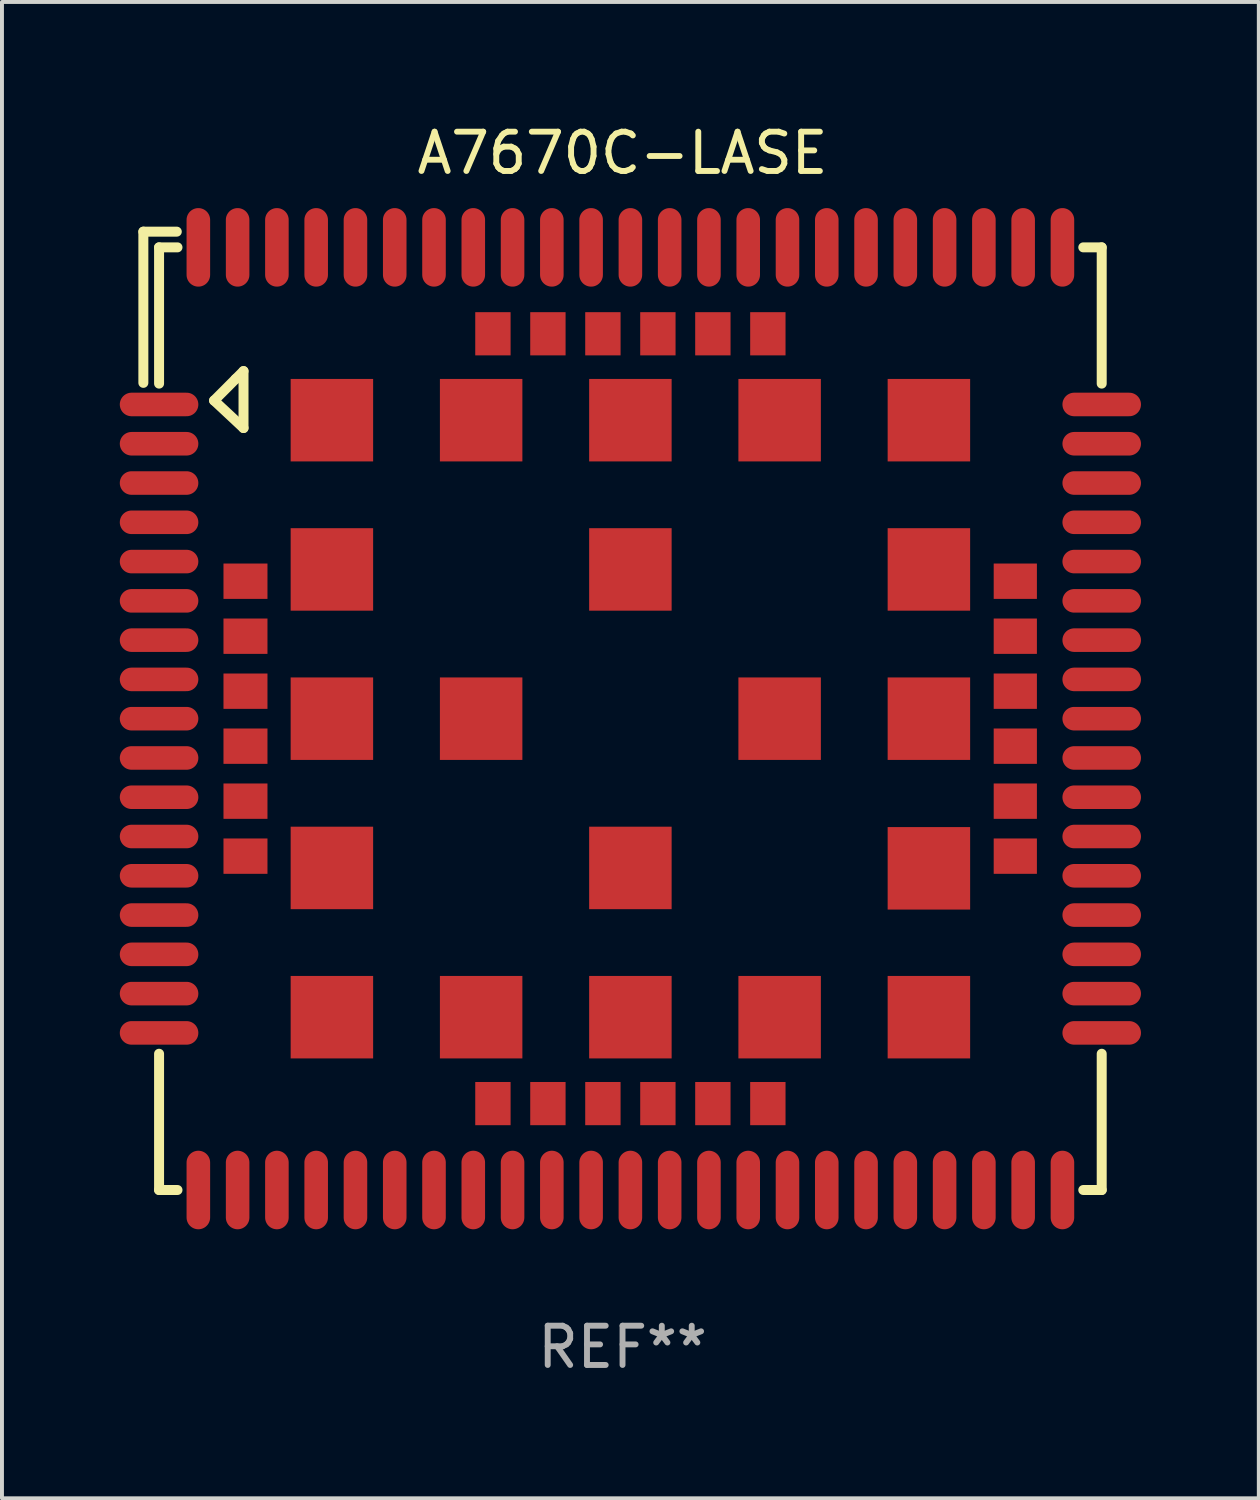
<source format=kicad_pcb>
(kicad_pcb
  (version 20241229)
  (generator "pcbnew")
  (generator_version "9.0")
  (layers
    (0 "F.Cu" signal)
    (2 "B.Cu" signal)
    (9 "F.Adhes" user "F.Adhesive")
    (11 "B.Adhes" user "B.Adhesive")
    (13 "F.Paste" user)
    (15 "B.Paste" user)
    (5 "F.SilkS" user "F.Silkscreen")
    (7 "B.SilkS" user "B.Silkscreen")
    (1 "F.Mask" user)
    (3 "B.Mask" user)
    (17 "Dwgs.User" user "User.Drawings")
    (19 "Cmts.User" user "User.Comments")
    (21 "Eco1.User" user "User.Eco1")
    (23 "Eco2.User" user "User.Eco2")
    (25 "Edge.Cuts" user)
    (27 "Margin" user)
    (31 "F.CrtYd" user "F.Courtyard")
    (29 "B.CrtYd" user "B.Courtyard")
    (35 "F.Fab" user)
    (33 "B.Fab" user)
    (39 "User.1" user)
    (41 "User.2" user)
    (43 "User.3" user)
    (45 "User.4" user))
  (footprint "A7670C-LASE"
    (layer "F.Cu")
    (at 12.8 15.048)
    (property "Reference" "A7670C-LASE" (at 0 -14.2 0) (layer "F.SilkS") (effects (font (size 1 1) (thickness 0.15))))
    (attr through_hole)
    (fp_line (start -12.2 -12.2) (end -12.2 -8.35) (stroke (width 0.254) (type solid)) (layer "F.SilkS"))
    (fp_line (start -11.8 -11.8) (end -11.331 -11.8) (stroke (width 0.254) (type solid)) (layer "F.SilkS"))
    (fp_line (start -11.8 -8.331) (end -11.8 -11.8) (stroke (width 0.254) (type solid)) (layer "F.SilkS"))
    (fp_line (start -11.8 12.2) (end -11.8 8.731) (stroke (width 0.254) (type solid)) (layer "F.SilkS"))
    (fp_line (start -11.349 -12.2) (end -12.2 -12.2) (stroke (width 0.254) (type solid)) (layer "F.SilkS"))
    (fp_line (start -11.331 12.2) (end -11.8 12.2) (stroke (width 0.254) (type solid)) (layer "F.SilkS"))
    (fp_line (start -10.399 -7.9) (end -9.851 -8.449) (stroke (width 0.254) (type solid)) (layer "F.SilkS"))
    (fp_line (start -9.851 -8.449) (end -9.65 -8.65) (stroke (width 0.254) (type solid)) (layer "F.SilkS"))
    (fp_line (start -9.65 -8.65) (end -9.65 -7.2) (stroke (width 0.254) (type solid)) (layer "F.SilkS"))
    (fp_line (start -9.65 -7.2) (end -10.4 -7.9) (stroke (width 0.254) (type solid)) (layer "F.SilkS"))
    (fp_line (start 11.731 -11.8) (end 12.2 -11.8) (stroke (width 0.254) (type solid)) (layer "F.SilkS"))
    (fp_line (start 12.2 -11.8) (end 12.2 -8.331) (stroke (width 0.254) (type solid)) (layer "F.SilkS"))
    (fp_line (start 12.2 8.731) (end 12.2 12.2) (stroke (width 0.254) (type solid)) (layer "F.SilkS"))
    (fp_line (start 12.2 12.2) (end 11.731 12.2) (stroke (width 0.254) (type solid)) (layer "F.SilkS"))
    (fp_circle (center -11.8 -11.8) (end -11.77 -11.8) (stroke (width 0.06) (type solid)) (fill no) (layer "F.SilkS"))
    (fp_text user "REF**" (at 0 16.2 0) (layer "F.Fab") (effects (font (size 1 1) (thickness 0.15))))
    (pad "1" smd oval (at -11.8 -7.8) (size 2 0.6) (layers "F.Cu" "F.Mask" "F.Paste"))
    (pad "2" smd oval (at -11.8 -6.8) (size 2 0.6) (layers "F.Cu" "F.Mask" "F.Paste"))
    (pad "3" smd oval (at -11.8 -5.8) (size 2 0.6) (layers "F.Cu" "F.Mask" "F.Paste"))
    (pad "4" smd oval (at -11.8 -4.8) (size 2 0.6) (layers "F.Cu" "F.Mask" "F.Paste"))
    (pad "5" smd oval (at -11.8 -3.8) (size 2 0.6) (layers "F.Cu" "F.Mask" "F.Paste"))
    (pad "6" smd oval (at -11.8 -2.8) (size 2 0.6) (layers "F.Cu" "F.Mask" "F.Paste"))
    (pad "7" smd oval (at -11.8 -1.8) (size 2 0.6) (layers "F.Cu" "F.Mask" "F.Paste"))
    (pad "8" smd oval (at -11.8 -0.8) (size 2 0.6) (layers "F.Cu" "F.Mask" "F.Paste"))
    (pad "9" smd oval (at -11.8 0.2) (size 2 0.6) (layers "F.Cu" "F.Mask" "F.Paste"))
    (pad "10" smd oval (at -11.8 1.2) (size 2 0.6) (layers "F.Cu" "F.Mask" "F.Paste"))
    (pad "11" smd oval (at -11.8 2.2) (size 2 0.6) (layers "F.Cu" "F.Mask" "F.Paste"))
    (pad "12" smd oval (at -11.8 3.2) (size 2 0.6) (layers "F.Cu" "F.Mask" "F.Paste"))
    (pad "13" smd oval (at -11.8 4.2) (size 2 0.6) (layers "F.Cu" "F.Mask" "F.Paste"))
    (pad "14" smd oval (at -11.8 5.2) (size 2 0.6) (layers "F.Cu" "F.Mask" "F.Paste"))
    (pad "15" smd oval (at -11.8 6.2) (size 2 0.6) (layers "F.Cu" "F.Mask" "F.Paste"))
    (pad "16" smd oval (at -11.8 7.2) (size 2 0.6) (layers "F.Cu" "F.Mask" "F.Paste"))
    (pad "17" smd oval (at -11.8 8.2) (size 2 0.6) (layers "F.Cu" "F.Mask" "F.Paste"))
    (pad "18" smd oval (at -7.8 12.2) (size 0.6 2) (layers "F.Cu" "F.Mask" "F.Paste"))
    (pad "19" smd oval (at -6.8 12.2) (size 0.6 2) (layers "F.Cu" "F.Mask" "F.Paste"))
    (pad "20" smd oval (at -5.8 12.2) (size 0.6 2) (layers "F.Cu" "F.Mask" "F.Paste"))
    (pad "21" smd oval (at -4.8 12.2) (size 0.6 2) (layers "F.Cu" "F.Mask" "F.Paste"))
    (pad "22" smd oval (at -3.8 12.2) (size 0.6 2) (layers "F.Cu" "F.Mask" "F.Paste"))
    (pad "23" smd oval (at -2.8 12.2) (size 0.6 2) (layers "F.Cu" "F.Mask" "F.Paste"))
    (pad "24" smd oval (at -1.8 12.2) (size 0.6 2) (layers "F.Cu" "F.Mask" "F.Paste"))
    (pad "25" smd oval (at -0.8 12.2) (size 0.6 2) (layers "F.Cu" "F.Mask" "F.Paste"))
    (pad "26" smd oval (at 0.2 12.2) (size 0.6 2) (layers "F.Cu" "F.Mask" "F.Paste"))
    (pad "27" smd oval (at 1.2 12.2) (size 0.6 2) (layers "F.Cu" "F.Mask" "F.Paste"))
    (pad "28" smd oval (at 2.2 12.2) (size 0.6 2) (layers "F.Cu" "F.Mask" "F.Paste"))
    (pad "29" smd oval (at 3.2 12.2) (size 0.6 2) (layers "F.Cu" "F.Mask" "F.Paste"))
    (pad "30" smd oval (at 4.2 12.2) (size 0.6 2) (layers "F.Cu" "F.Mask" "F.Paste"))
    (pad "31" smd oval (at 5.2 12.2) (size 0.6 2) (layers "F.Cu" "F.Mask" "F.Paste"))
    (pad "32" smd oval (at 6.2 12.2) (size 0.6 2) (layers "F.Cu" "F.Mask" "F.Paste"))
    (pad "33" smd oval (at 7.2 12.2) (size 0.6 2) (layers "F.Cu" "F.Mask" "F.Paste"))
    (pad "34" smd oval (at 8.2 12.2) (size 0.6 2) (layers "F.Cu" "F.Mask" "F.Paste"))
    (pad "35" smd oval (at 12.2 8.2) (size 2 0.6) (layers "F.Cu" "F.Mask" "F.Paste"))
    (pad "36" smd oval (at 12.2 7.2) (size 2 0.6) (layers "F.Cu" "F.Mask" "F.Paste"))
    (pad "37" smd oval (at 12.2 6.2) (size 2 0.6) (layers "F.Cu" "F.Mask" "F.Paste"))
    (pad "38" smd oval (at 12.2 5.2) (size 2 0.6) (layers "F.Cu" "F.Mask" "F.Paste"))
    (pad "39" smd oval (at 12.2 4.2) (size 2 0.6) (layers "F.Cu" "F.Mask" "F.Paste"))
    (pad "40" smd oval (at 12.2 3.2) (size 2 0.6) (layers "F.Cu" "F.Mask" "F.Paste"))
    (pad "41" smd oval (at 12.2 2.2) (size 2 0.6) (layers "F.Cu" "F.Mask" "F.Paste"))
    (pad "42" smd oval (at 12.2 1.2) (size 2 0.6) (layers "F.Cu" "F.Mask" "F.Paste"))
    (pad "43" smd oval (at 12.2 0.2) (size 2 0.6) (layers "F.Cu" "F.Mask" "F.Paste"))
    (pad "44" smd oval (at 12.2 -0.8) (size 2 0.6) (layers "F.Cu" "F.Mask" "F.Paste"))
    (pad "45" smd oval (at 12.2 -1.8) (size 2 0.6) (layers "F.Cu" "F.Mask" "F.Paste"))
    (pad "46" smd oval (at 12.2 -2.8) (size 2 0.6) (layers "F.Cu" "F.Mask" "F.Paste"))
    (pad "47" smd oval (at 12.2 -3.8) (size 2 0.6) (layers "F.Cu" "F.Mask" "F.Paste"))
    (pad "48" smd oval (at 12.2 -4.8) (size 2 0.6) (layers "F.Cu" "F.Mask" "F.Paste"))
    (pad "49" smd oval (at 12.2 -5.8) (size 2 0.6) (layers "F.Cu" "F.Mask" "F.Paste"))
    (pad "50" smd oval (at 12.2 -6.8) (size 2 0.6) (layers "F.Cu" "F.Mask" "F.Paste"))
    (pad "51" smd oval (at 12.2 -7.8) (size 2 0.6) (layers "F.Cu" "F.Mask" "F.Paste"))
    (pad "52" smd oval (at 8.2 -11.8) (size 0.6 2) (layers "F.Cu" "F.Mask" "F.Paste"))
    (pad "53" smd oval (at 7.2 -11.8) (size 0.6 2) (layers "F.Cu" "F.Mask" "F.Paste"))
    (pad "54" smd oval (at 6.2 -11.8) (size 0.6 2) (layers "F.Cu" "F.Mask" "F.Paste"))
    (pad "55" smd oval (at 5.2 -11.8) (size 0.6 2) (layers "F.Cu" "F.Mask" "F.Paste"))
    (pad "56" smd oval (at 4.2 -11.8) (size 0.6 2) (layers "F.Cu" "F.Mask" "F.Paste"))
    (pad "57" smd oval (at 3.2 -11.8) (size 0.6 2) (layers "F.Cu" "F.Mask" "F.Paste"))
    (pad "58" smd oval (at 2.2 -11.8) (size 0.6 2) (layers "F.Cu" "F.Mask" "F.Paste"))
    (pad "59" smd oval (at 1.2 -11.8) (size 0.6 2) (layers "F.Cu" "F.Mask" "F.Paste"))
    (pad "60" smd oval (at 0.2 -11.8) (size 0.6 2) (layers "F.Cu" "F.Mask" "F.Paste"))
    (pad "61" smd oval (at -0.8 -11.8) (size 0.6 2) (layers "F.Cu" "F.Mask" "F.Paste"))
    (pad "62" smd oval (at -1.8 -11.8) (size 0.6 2) (layers "F.Cu" "F.Mask" "F.Paste"))
    (pad "63" smd oval (at -2.8 -11.8) (size 0.6 2) (layers "F.Cu" "F.Mask" "F.Paste"))
    (pad "64" smd oval (at -3.8 -11.8) (size 0.6 2) (layers "F.Cu" "F.Mask" "F.Paste"))
    (pad "65" smd oval (at -4.8 -11.8) (size 0.6 2) (layers "F.Cu" "F.Mask" "F.Paste"))
    (pad "66" smd oval (at -5.8 -11.8) (size 0.6 2) (layers "F.Cu" "F.Mask" "F.Paste"))
    (pad "67" smd oval (at -6.8 -11.8) (size 0.6 2) (layers "F.Cu" "F.Mask" "F.Paste"))
    (pad "68" smd oval (at -7.8 -11.8) (size 0.6 2) (layers "F.Cu" "F.Mask" "F.Paste"))
    (pad "69" smd rect (at -7.4 -7.4) (size 2.1 2.1) (layers "F.Cu" "F.Mask" "F.Paste"))
    (pad "70" smd rect (at -7.4 -3.6) (size 2.1 2.1) (layers "F.Cu" "F.Mask" "F.Paste"))
    (pad "71" smd rect (at -7.4 0.2) (size 2.1 2.1) (layers "F.Cu" "F.Mask" "F.Paste"))
    (pad "72" smd rect (at -7.4 4) (size 2.1 2.1) (layers "F.Cu" "F.Mask" "F.Paste"))
    (pad "73" smd rect (at -7.4 7.8) (size 2.1 2.1) (layers "F.Cu" "F.Mask" "F.Paste"))
    (pad "74" smd rect (at -3.6 7.8) (size 2.1 2.1) (layers "F.Cu" "F.Mask" "F.Paste"))
    (pad "75" smd rect (at 0.2 7.8) (size 2.1 2.1) (layers "F.Cu" "F.Mask" "F.Paste"))
    (pad "76" smd rect (at 4 7.8) (size 2.1 2.1) (layers "F.Cu" "F.Mask" "F.Paste"))
    (pad "77" smd rect (at 7.8 7.8) (size 2.1 2.1) (layers "F.Cu" "F.Mask" "F.Paste"))
    (pad "78" smd rect (at 7.8 4.01) (size 2.1 2.1) (layers "F.Cu" "F.Mask" "F.Paste"))
    (pad "79" smd rect (at 7.8 0.2) (size 2.1 2.1) (layers "F.Cu" "F.Mask" "F.Paste"))
    (pad "80" smd rect (at 7.8 -3.6) (size 2.1 2.1) (layers "F.Cu" "F.Mask" "F.Paste"))
    (pad "81" smd rect (at 7.8 -7.4) (size 2.1 2.1) (layers "F.Cu" "F.Mask" "F.Paste"))
    (pad "82" smd rect (at 4 -7.4) (size 2.1 2.1) (layers "F.Cu" "F.Mask" "F.Paste"))
    (pad "83" smd rect (at 0.2 -7.4) (size 2.1 2.1) (layers "F.Cu" "F.Mask" "F.Paste"))
    (pad "84" smd rect (at -3.6 -7.4) (size 2.1 2.1) (layers "F.Cu" "F.Mask" "F.Paste"))
    (pad "85" smd rect (at -3.6 0.2) (size 2.1 2.1) (layers "F.Cu" "F.Mask" "F.Paste"))
    (pad "86" smd rect (at 0.2 4) (size 2.1 2.1) (layers "F.Cu" "F.Mask" "F.Paste"))
    (pad "87" smd rect (at 4 0.2) (size 2.1 2.1) (layers "F.Cu" "F.Mask" "F.Paste"))
    (pad "88" smd rect (at 0.2 -3.6) (size 2.1 2.1) (layers "F.Cu" "F.Mask" "F.Paste"))
    (pad "89" smd oval (at -10.8 12.2) (size 0.6 2) (layers "F.Cu" "F.Mask" "F.Paste"))
    (pad "90" smd oval (at -9.8 12.2) (size 0.6 2) (layers "F.Cu" "F.Mask" "F.Paste"))
    (pad "91" smd oval (at -8.8 12.2) (size 0.6 2) (layers "F.Cu" "F.Mask" "F.Paste"))
    (pad "92" smd oval (at 9.2 12.2) (size 0.6 2) (layers "F.Cu" "F.Mask" "F.Paste"))
    (pad "93" smd oval (at 10.2 12.2) (size 0.6 2) (layers "F.Cu" "F.Mask" "F.Paste"))
    (pad "94" smd oval (at 11.2 12.2) (size 0.6 2) (layers "F.Cu" "F.Mask" "F.Paste"))
    (pad "95" smd oval (at 11.2 -11.8) (size 0.6 2) (layers "F.Cu" "F.Mask" "F.Paste"))
    (pad "96" smd oval (at 10.2 -11.8) (size 0.6 2) (layers "F.Cu" "F.Mask" "F.Paste"))
    (pad "97" smd oval (at 9.2 -11.8) (size 0.6 2) (layers "F.Cu" "F.Mask" "F.Paste"))
    (pad "98" smd oval (at -8.8 -11.8) (size 0.6 2) (layers "F.Cu" "F.Mask" "F.Paste"))
    (pad "99" smd oval (at -9.8 -11.8) (size 0.6 2) (layers "F.Cu" "F.Mask" "F.Paste"))
    (pad "100" smd oval (at -10.8 -11.8) (size 0.6 2) (layers "F.Cu" "F.Mask" "F.Paste"))
    (pad "101" smd rect (at -9.6 -3.3) (size 1.12 0.9) (layers "F.Cu" "F.Mask" "F.Paste"))
    (pad "102" smd rect (at -9.6 -1.9) (size 1.12 0.9) (layers "F.Cu" "F.Mask" "F.Paste"))
    (pad "103" smd rect (at -9.6 -0.5) (size 1.12 0.9) (layers "F.Cu" "F.Mask" "F.Paste"))
    (pad "104" smd rect (at -9.6 0.9) (size 1.12 0.9) (layers "F.Cu" "F.Mask" "F.Paste"))
    (pad "105" smd rect (at -9.6 2.3) (size 1.12 0.9) (layers "F.Cu" "F.Mask" "F.Paste"))
    (pad "106" smd rect (at -9.6 3.7) (size 1.12 0.9) (layers "F.Cu" "F.Mask" "F.Paste"))
    (pad "107" smd rect (at -3.3 10) (size 0.9 1.1) (layers "F.Cu" "F.Mask" "F.Paste"))
    (pad "108" smd rect (at -1.9 10) (size 0.9 1.1) (layers "F.Cu" "F.Mask" "F.Paste"))
    (pad "109" smd rect (at -0.5 10) (size 0.9 1.1) (layers "F.Cu" "F.Mask" "F.Paste"))
    (pad "110" smd rect (at 0.9 10) (size 0.9 1.1) (layers "F.Cu" "F.Mask" "F.Paste"))
    (pad "111" smd rect (at 2.3 10) (size 0.9 1.1) (layers "F.Cu" "F.Mask" "F.Paste"))
    (pad "112" smd rect (at 3.7 10) (size 0.9 1.1) (layers "F.Cu" "F.Mask" "F.Paste"))
    (pad "113" smd rect (at 10 3.7) (size 1.1 0.9) (layers "F.Cu" "F.Mask" "F.Paste"))
    (pad "114" smd rect (at 10 2.3) (size 1.1 0.9) (layers "F.Cu" "F.Mask" "F.Paste"))
    (pad "115" smd rect (at 10 0.9) (size 1.1 0.9) (layers "F.Cu" "F.Mask" "F.Paste"))
    (pad "116" smd rect (at 10 -0.5) (size 1.1 0.9) (layers "F.Cu" "F.Mask" "F.Paste"))
    (pad "117" smd rect (at 10 -1.9) (size 1.1 0.9) (layers "F.Cu" "F.Mask" "F.Paste"))
    (pad "118" smd rect (at 10 -3.3) (size 1.1 0.9) (layers "F.Cu" "F.Mask" "F.Paste"))
    (pad "119" smd rect (at 3.7 -9.6) (size 0.9 1.1) (layers "F.Cu" "F.Mask" "F.Paste"))
    (pad "120" smd rect (at 2.3 -9.6) (size 0.9 1.1) (layers "F.Cu" "F.Mask" "F.Paste"))
    (pad "121" smd rect (at 0.9 -9.6) (size 0.9 1.1) (layers "F.Cu" "F.Mask" "F.Paste"))
    (pad "122" smd rect (at -0.5 -9.6) (size 0.9 1.1) (layers "F.Cu" "F.Mask" "F.Paste"))
    (pad "123" smd rect (at -1.9 -9.6) (size 0.9 1.1) (layers "F.Cu" "F.Mask" "F.Paste"))
    (pad "124" smd rect (at -3.3 -9.6) (size 0.9 1.1) (layers "F.Cu" "F.Mask" "F.Paste")))
  (gr_rect
    (start -3 -3)
    (end 29 35.097)
    (stroke (width 0.1) (type default))
    (fill no)
    (layer "Edge.Cuts")))
</source>
